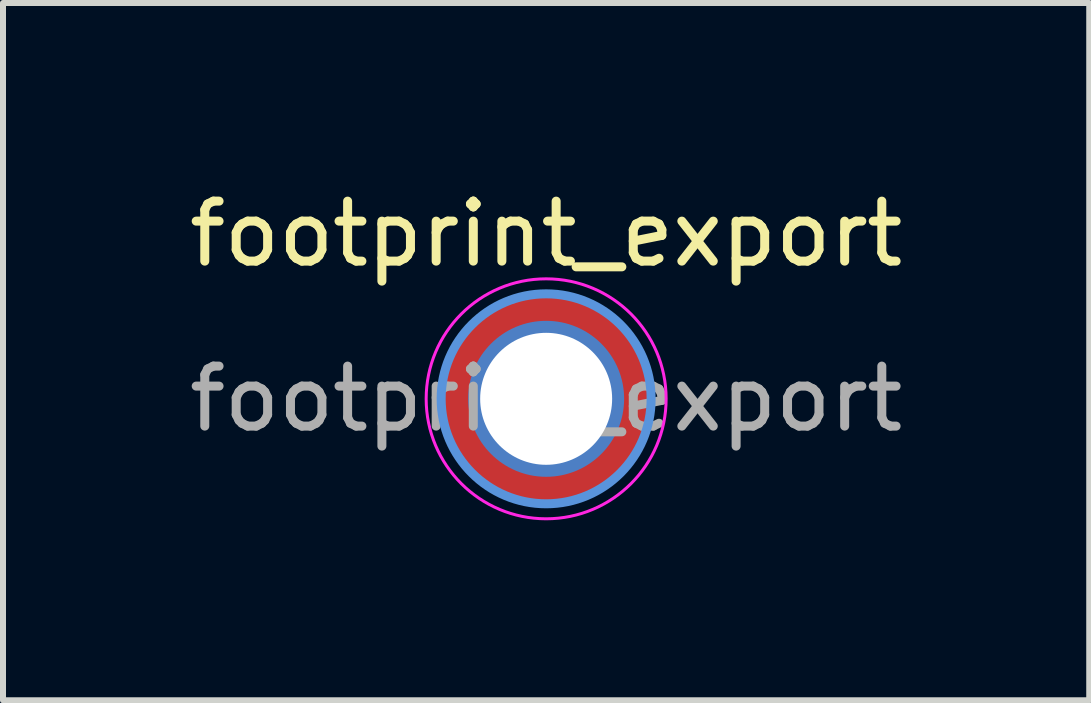
<source format=kicad_pcb>
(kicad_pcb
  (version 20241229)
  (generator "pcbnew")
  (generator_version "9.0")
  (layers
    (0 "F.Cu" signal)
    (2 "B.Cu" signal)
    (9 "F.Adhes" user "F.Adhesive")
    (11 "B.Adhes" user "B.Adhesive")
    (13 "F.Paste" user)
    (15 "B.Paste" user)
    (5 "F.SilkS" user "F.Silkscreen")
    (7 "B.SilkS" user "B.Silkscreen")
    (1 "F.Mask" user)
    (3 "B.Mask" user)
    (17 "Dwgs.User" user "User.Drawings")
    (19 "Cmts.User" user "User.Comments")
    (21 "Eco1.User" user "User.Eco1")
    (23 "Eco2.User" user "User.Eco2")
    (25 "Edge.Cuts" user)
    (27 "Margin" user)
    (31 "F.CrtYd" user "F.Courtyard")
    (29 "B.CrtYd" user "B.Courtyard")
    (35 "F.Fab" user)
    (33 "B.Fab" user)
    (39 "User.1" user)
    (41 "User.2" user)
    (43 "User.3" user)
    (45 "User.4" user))
  (footprint "footprint_export"
    (layer "F.Cu")
    (at 6.054 3.598)
    (property "Reference" "footprint_export" (at 0 -2.75 0) (layer "F.SilkS") (effects (font (size 1 1) (thickness 0.15))))
    (attr exclude_from_pos_files exclude_from_bom)
    (fp_circle (center 0 0) (end 1.75 0) (stroke (width 0.15) (type solid)) (fill no) (layer "Cmts.User"))
    (fp_circle (center 0 0) (end 2 0) (stroke (width 0.05) (type solid)) (fill no) (layer "F.CrtYd"))
    (fp_text user "${REFERENCE}" (at 0 0 0) (layer "F.Fab") (effects (font (size 1 1) (thickness 0.15))))
    (pad "1" thru_hole circle (at 0 0) (size 2.6 2.6) (drill 2.2) (layers "*.Cu" "*.Mask"))
    (pad "1" connect circle (at 0 0) (size 3.5 3.5) (layers "F.Cu" "F.Mask")))
  (gr_rect
    (start -3 -3)
    (end 15.107 8.623)
    (stroke (width 0.1) (type default))
    (fill no)
    (layer "Edge.Cuts")))
</source>
